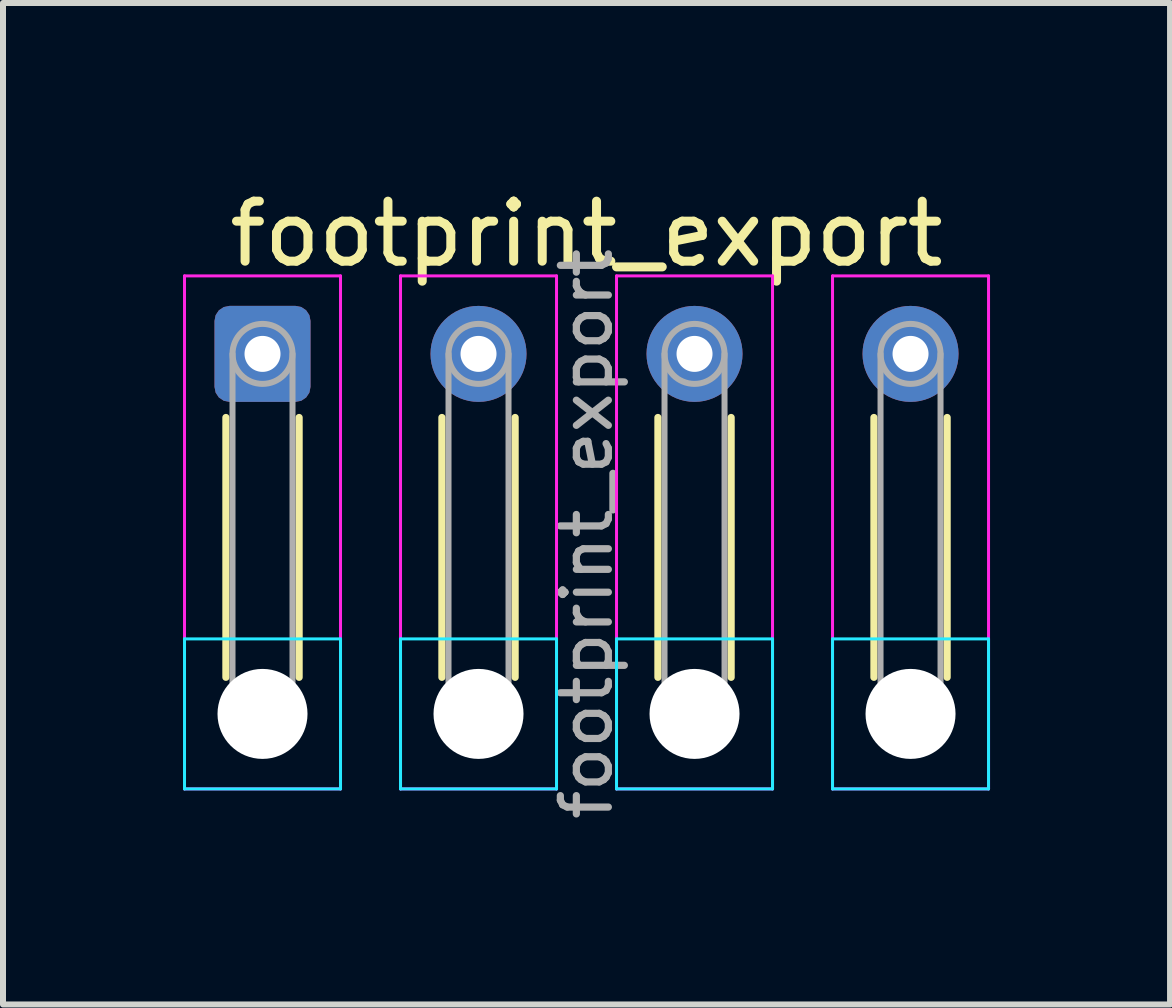
<source format=kicad_pcb>
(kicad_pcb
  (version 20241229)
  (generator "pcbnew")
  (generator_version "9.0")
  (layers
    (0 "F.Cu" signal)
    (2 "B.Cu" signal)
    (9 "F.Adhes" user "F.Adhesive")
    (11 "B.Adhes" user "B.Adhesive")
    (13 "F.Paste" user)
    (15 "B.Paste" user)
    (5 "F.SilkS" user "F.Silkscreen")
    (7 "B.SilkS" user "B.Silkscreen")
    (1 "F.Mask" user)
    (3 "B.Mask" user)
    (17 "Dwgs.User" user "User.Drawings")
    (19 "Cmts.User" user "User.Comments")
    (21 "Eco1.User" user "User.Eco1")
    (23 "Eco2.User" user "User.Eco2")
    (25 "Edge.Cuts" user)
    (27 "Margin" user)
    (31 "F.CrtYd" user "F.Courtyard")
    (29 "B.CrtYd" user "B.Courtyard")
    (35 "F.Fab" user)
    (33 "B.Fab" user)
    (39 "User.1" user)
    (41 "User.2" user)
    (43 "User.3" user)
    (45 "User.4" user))
  (footprint "footprint_export"
    (layer "F.Cu")
    (at 1.325 2.848)
    (property "Reference" "footprint_export" (at 5.4 -2 0) (layer "F.SilkS") (effects (font (size 1 1) (thickness 0.15))))
    (attr exclude_from_pos_files exclude_from_bom)
    (fp_line (start -0.61 1.06) (end -0.61 5.39) (stroke (width 0.12) (type solid)) (layer "F.SilkS"))
    (fp_line (start 0.61 1.06) (end 0.61 5.39) (stroke (width 0.12) (type solid)) (layer "F.SilkS"))
    (fp_line (start 2.99 1.06) (end 2.99 5.39) (stroke (width 0.12) (type solid)) (layer "F.SilkS"))
    (fp_line (start 4.21 1.06) (end 4.21 5.39) (stroke (width 0.12) (type solid)) (layer "F.SilkS"))
    (fp_line (start 6.59 1.06) (end 6.59 5.39) (stroke (width 0.12) (type solid)) (layer "F.SilkS"))
    (fp_line (start 7.81 1.06) (end 7.81 5.39) (stroke (width 0.12) (type solid)) (layer "F.SilkS"))
    (fp_line (start 10.19 1.06) (end 10.19 5.39) (stroke (width 0.12) (type solid)) (layer "F.SilkS"))
    (fp_line (start 11.41 1.06) (end 11.41 5.39) (stroke (width 0.12) (type solid)) (layer "F.SilkS"))
    (fp_line (start -1.3 4.75) (end -1.3 7.25) (stroke (width 0.05) (type solid)) (layer "B.CrtYd"))
    (fp_line (start -1.3 7.25) (end 1.3 7.25) (stroke (width 0.05) (type solid)) (layer "B.CrtYd"))
    (fp_line (start 1.3 4.75) (end -1.3 4.75) (stroke (width 0.05) (type solid)) (layer "B.CrtYd"))
    (fp_line (start 1.3 7.25) (end 1.3 4.75) (stroke (width 0.05) (type solid)) (layer "B.CrtYd"))
    (fp_line (start 2.3 4.75) (end 2.3 7.25) (stroke (width 0.05) (type solid)) (layer "B.CrtYd"))
    (fp_line (start 2.3 7.25) (end 4.9 7.25) (stroke (width 0.05) (type solid)) (layer "B.CrtYd"))
    (fp_line (start 4.9 4.75) (end 2.3 4.75) (stroke (width 0.05) (type solid)) (layer "B.CrtYd"))
    (fp_line (start 4.9 7.25) (end 4.9 4.75) (stroke (width 0.05) (type solid)) (layer "B.CrtYd"))
    (fp_line (start 5.9 4.75) (end 5.9 7.25) (stroke (width 0.05) (type solid)) (layer "B.CrtYd"))
    (fp_line (start 5.9 7.25) (end 8.5 7.25) (stroke (width 0.05) (type solid)) (layer "B.CrtYd"))
    (fp_line (start 8.5 4.75) (end 5.9 4.75) (stroke (width 0.05) (type solid)) (layer "B.CrtYd"))
    (fp_line (start 8.5 7.25) (end 8.5 4.75) (stroke (width 0.05) (type solid)) (layer "B.CrtYd"))
    (fp_line (start 9.5 4.75) (end 9.5 7.25) (stroke (width 0.05) (type solid)) (layer "B.CrtYd"))
    (fp_line (start 9.5 7.25) (end 12.1 7.25) (stroke (width 0.05) (type solid)) (layer "B.CrtYd"))
    (fp_line (start 12.1 4.75) (end 9.5 4.75) (stroke (width 0.05) (type solid)) (layer "B.CrtYd"))
    (fp_line (start 12.1 7.25) (end 12.1 4.75) (stroke (width 0.05) (type solid)) (layer "B.CrtYd"))
    (fp_line (start -1.3 -1.3) (end -1.3 7.25) (stroke (width 0.05) (type solid)) (layer "F.CrtYd"))
    (fp_line (start -1.3 7.25) (end 1.3 7.25) (stroke (width 0.05) (type solid)) (layer "F.CrtYd"))
    (fp_line (start 1.3 -1.3) (end -1.3 -1.3) (stroke (width 0.05) (type solid)) (layer "F.CrtYd"))
    (fp_line (start 1.3 7.25) (end 1.3 -1.3) (stroke (width 0.05) (type solid)) (layer "F.CrtYd"))
    (fp_line (start 2.3 -1.3) (end 2.3 7.25) (stroke (width 0.05) (type solid)) (layer "F.CrtYd"))
    (fp_line (start 2.3 7.25) (end 4.9 7.25) (stroke (width 0.05) (type solid)) (layer "F.CrtYd"))
    (fp_line (start 4.9 -1.3) (end 2.3 -1.3) (stroke (width 0.05) (type solid)) (layer "F.CrtYd"))
    (fp_line (start 4.9 7.25) (end 4.9 -1.3) (stroke (width 0.05) (type solid)) (layer "F.CrtYd"))
    (fp_line (start 5.9 -1.3) (end 5.9 7.25) (stroke (width 0.05) (type solid)) (layer "F.CrtYd"))
    (fp_line (start 5.9 7.25) (end 8.5 7.25) (stroke (width 0.05) (type solid)) (layer "F.CrtYd"))
    (fp_line (start 8.5 -1.3) (end 5.9 -1.3) (stroke (width 0.05) (type solid)) (layer "F.CrtYd"))
    (fp_line (start 8.5 7.25) (end 8.5 -1.3) (stroke (width 0.05) (type solid)) (layer "F.CrtYd"))
    (fp_line (start 9.5 -1.3) (end 9.5 7.25) (stroke (width 0.05) (type solid)) (layer "F.CrtYd"))
    (fp_line (start 9.5 7.25) (end 12.1 7.25) (stroke (width 0.05) (type solid)) (layer "F.CrtYd"))
    (fp_line (start 12.1 -1.3) (end 9.5 -1.3) (stroke (width 0.05) (type solid)) (layer "F.CrtYd"))
    (fp_line (start 12.1 7.25) (end 12.1 -1.3) (stroke (width 0.05) (type solid)) (layer "F.CrtYd"))
    (fp_line (start -0.5 0) (end -0.5 6) (stroke (width 0.1) (type solid)) (layer "F.Fab"))
    (fp_line (start 0.5 0) (end 0.5 6) (stroke (width 0.1) (type solid)) (layer "F.Fab"))
    (fp_line (start 3.1 0) (end 3.1 6) (stroke (width 0.1) (type solid)) (layer "F.Fab"))
    (fp_line (start 4.1 0) (end 4.1 6) (stroke (width 0.1) (type solid)) (layer "F.Fab"))
    (fp_line (start 6.7 0) (end 6.7 6) (stroke (width 0.1) (type solid)) (layer "F.Fab"))
    (fp_line (start 7.7 0) (end 7.7 6) (stroke (width 0.1) (type solid)) (layer "F.Fab"))
    (fp_line (start 10.3 0) (end 10.3 6) (stroke (width 0.1) (type solid)) (layer "F.Fab"))
    (fp_line (start 11.3 0) (end 11.3 6) (stroke (width 0.1) (type solid)) (layer "F.Fab"))
    (fp_circle (center 0 0) (end 0.5 0) (stroke (width 0.1) (type solid)) (fill no) (layer "F.Fab"))
    (fp_circle (center 0 6) (end 0.5 6) (stroke (width 0.1) (type solid)) (fill no) (layer "F.Fab"))
    (fp_circle (center 3.6 0) (end 4.1 0) (stroke (width 0.1) (type solid)) (fill no) (layer "F.Fab"))
    (fp_circle (center 3.6 6) (end 4.1 6) (stroke (width 0.1) (type solid)) (fill no) (layer "F.Fab"))
    (fp_circle (center 7.2 0) (end 7.7 0) (stroke (width 0.1) (type solid)) (fill no) (layer "F.Fab"))
    (fp_circle (center 7.2 6) (end 7.7 6) (stroke (width 0.1) (type solid)) (fill no) (layer "F.Fab"))
    (fp_circle (center 10.8 0) (end 11.3 0) (stroke (width 0.1) (type solid)) (fill no) (layer "F.Fab"))
    (fp_circle (center 10.8 6) (end 11.3 6) (stroke (width 0.1) (type solid)) (fill no) (layer "F.Fab"))
    (fp_text user "${REFERENCE}" (at 5.4 3 90) (layer "F.Fab") (effects (font (size 0.8 0.8) (thickness 0.12))))
    (pad "" np_thru_hole circle (at 0 6) (size 1.5 1.5) (drill 1.5) (layers "*.Cu" "*.Mask"))
    (pad "" np_thru_hole circle (at 3.6 6) (size 1.5 1.5) (drill 1.5) (layers "*.Cu" "*.Mask"))
    (pad "" np_thru_hole circle (at 7.2 6) (size 1.5 1.5) (drill 1.5) (layers "*.Cu" "*.Mask"))
    (pad "" np_thru_hole circle (at 10.8 6) (size 1.5 1.5) (drill 1.5) (layers "*.Cu" "*.Mask"))
    (pad "1" thru_hole roundrect (at 0 0) (size 1.6 1.6) (drill 0.6) (layers "*.Cu" "*.Mask") (roundrect_rratio 0.156))
    (pad "2" thru_hole circle (at 3.6 0) (size 1.6 1.6) (drill 0.6) (layers "*.Cu" "*.Mask"))
    (pad "3" thru_hole circle (at 7.2 0) (size 1.6 1.6) (drill 0.6) (layers "*.Cu" "*.Mask"))
    (pad "4" thru_hole circle (at 10.8 0) (size 1.6 1.6) (drill 0.6) (layers "*.Cu" "*.Mask")))
  (gr_rect
    (start -3 -3)
    (end 16.45 13.691)
    (stroke (width 0.1) (type default))
    (fill no)
    (layer "Edge.Cuts")))
</source>
